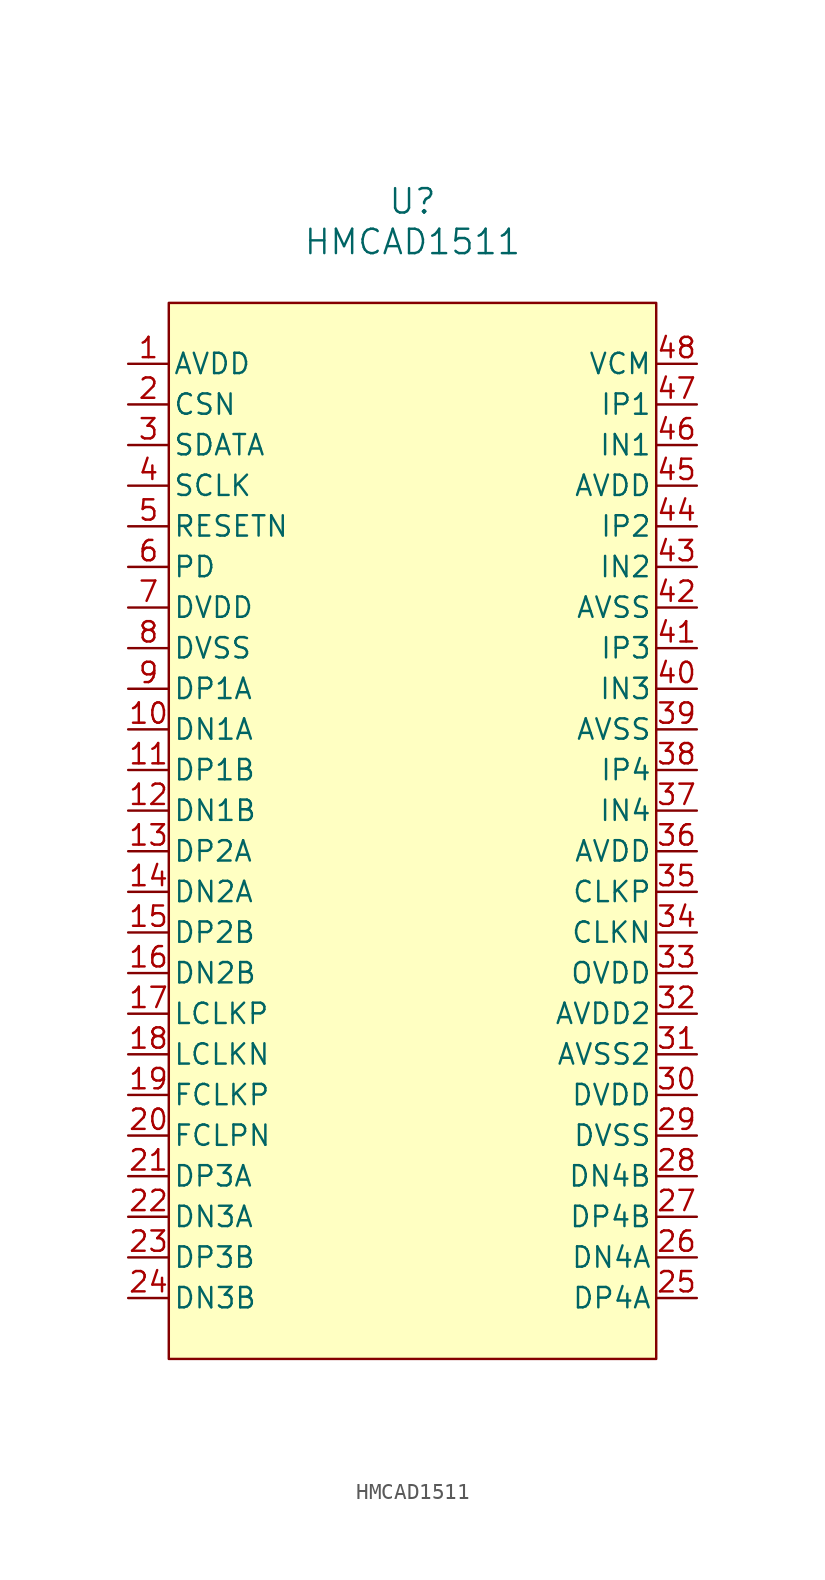
<source format=kicad_sym>
(kicad_symbol_lib
  (version 20220914)
  (generator kicad_symbol_editor)
  (symbol "HMCAD1511"
    (pin_names
      (offset 0.254))
    (property "Reference" "U"
      (at 22.86 10.16 0)
      (effects (font (size 1.524 1.524))))
    (property "Value" "HMCAD1511"
      (at 22.86 7.62 0)
      (effects (font (size 1.524 1.524))))
    (property "ki_locked" ""
      (at 0 0 0)
      (effects (font (size 1.27 1.27))))
    (symbol "HMCAD1511_0_1"
      (pin bidirectional line (at 5.08 -22.86 0) (length 2.54) (name "DN1A" (effects (font (size 1.27 1.27)))) (number "10" (effects (font (size 1.27 1.27)))))
      (pin bidirectional line (at 5.08 -25.4 0) (length 2.54) (name "DP1B" (effects (font (size 1.27 1.27)))) (number "11" (effects (font (size 1.27 1.27)))))
      (pin bidirectional line (at 5.08 -27.94 0) (length 2.54) (name "DN1B" (effects (font (size 1.27 1.27)))) (number "12" (effects (font (size 1.27 1.27)))))
      (pin bidirectional line (at 5.08 -30.48 0) (length 2.54) (name "DP2A" (effects (font (size 1.27 1.27)))) (number "13" (effects (font (size 1.27 1.27)))))
      (pin bidirectional line (at 5.08 -33.02 0) (length 2.54) (name "DN2A" (effects (font (size 1.27 1.27)))) (number "14" (effects (font (size 1.27 1.27)))))
      (pin bidirectional line (at 5.08 -35.56 0) (length 2.54) (name "DP2B" (effects (font (size 1.27 1.27)))) (number "15" (effects (font (size 1.27 1.27)))))
      (pin bidirectional line (at 5.08 -38.1 0) (length 2.54) (name "DN2B" (effects (font (size 1.27 1.27)))) (number "16" (effects (font (size 1.27 1.27)))))
      (pin unspecified line (at 5.08 -40.64 0) (length 2.54) (name "LCLKP" (effects (font (size 1.27 1.27)))) (number "17" (effects (font (size 1.27 1.27)))))
      (pin unspecified line (at 5.08 -43.18 0) (length 2.54) (name "LCLKN" (effects (font (size 1.27 1.27)))) (number "18" (effects (font (size 1.27 1.27)))))
      (pin unspecified line (at 5.08 -45.72 0) (length 2.54) (name "FCLKP" (effects (font (size 1.27 1.27)))) (number "19" (effects (font (size 1.27 1.27)))))
      (pin unspecified line (at 5.08 -2.54 0) (length 2.54) (name "CSN" (effects (font (size 1.27 1.27)))) (number "2" (effects (font (size 1.27 1.27)))))
      (pin unspecified line (at 5.08 -48.26 0) (length 2.54) (name "FCLPN" (effects (font (size 1.27 1.27)))) (number "20" (effects (font (size 1.27 1.27)))))
      (pin bidirectional line (at 5.08 -50.8 0) (length 2.54) (name "DP3A" (effects (font (size 1.27 1.27)))) (number "21" (effects (font (size 1.27 1.27)))))
      (pin bidirectional line (at 5.08 -53.34 0) (length 2.54) (name "DN3A" (effects (font (size 1.27 1.27)))) (number "22" (effects (font (size 1.27 1.27)))))
      (pin bidirectional line (at 5.08 -55.88 0) (length 2.54) (name "DP3B" (effects (font (size 1.27 1.27)))) (number "23" (effects (font (size 1.27 1.27)))))
      (pin bidirectional line (at 5.08 -58.42 0) (length 2.54) (name "DN3B" (effects (font (size 1.27 1.27)))) (number "24" (effects (font (size 1.27 1.27)))))
      (pin bidirectional line (at 40.64 -58.42 180) (length 2.54) (name "DP4A" (effects (font (size 1.27 1.27)))) (number "25" (effects (font (size 1.27 1.27)))))
      (pin bidirectional line (at 40.64 -55.88 180) (length 2.54) (name "DN4A" (effects (font (size 1.27 1.27)))) (number "26" (effects (font (size 1.27 1.27)))))
      (pin bidirectional line (at 40.64 -53.34 180) (length 2.54) (name "DP4B" (effects (font (size 1.27 1.27)))) (number "27" (effects (font (size 1.27 1.27)))))
      (pin bidirectional line (at 40.64 -50.8 180) (length 2.54) (name "DN4B" (effects (font (size 1.27 1.27)))) (number "28" (effects (font (size 1.27 1.27)))))
      (pin power_out line (at 40.64 -48.26 180) (length 2.54) (name "DVSS" (effects (font (size 1.27 1.27)))) (number "29" (effects (font (size 1.27 1.27)))))
      (pin unspecified line (at 5.08 -5.08 0) (length 2.54) (name "SDATA" (effects (font (size 1.27 1.27)))) (number "3" (effects (font (size 1.27 1.27)))))
      (pin power_in line (at 40.64 -45.72 180) (length 2.54) (name "DVDD" (effects (font (size 1.27 1.27)))) (number "30" (effects (font (size 1.27 1.27)))))
      (pin power_out line (at 40.64 -43.18 180) (length 2.54) (name "AVSS2" (effects (font (size 1.27 1.27)))) (number "31" (effects (font (size 1.27 1.27)))))
      (pin power_in line (at 40.64 -40.64 180) (length 2.54) (name "AVDD2" (effects (font (size 1.27 1.27)))) (number "32" (effects (font (size 1.27 1.27)))))
      (pin power_in line (at 40.64 -38.1 180) (length 2.54) (name "OVDD" (effects (font (size 1.27 1.27)))) (number "33" (effects (font (size 1.27 1.27)))))
      (pin unspecified line (at 40.64 -35.56 180) (length 2.54) (name "CLKN" (effects (font (size 1.27 1.27)))) (number "34" (effects (font (size 1.27 1.27)))))
      (pin unspecified line (at 40.64 -33.02 180) (length 2.54) (name "CLKP" (effects (font (size 1.27 1.27)))) (number "35" (effects (font (size 1.27 1.27)))))
      (pin power_in line (at 40.64 -30.48 180) (length 2.54) (name "AVDD" (effects (font (size 1.27 1.27)))) (number "36" (effects (font (size 1.27 1.27)))))
      (pin input line (at 40.64 -27.94 180) (length 2.54) (name "IN4" (effects (font (size 1.27 1.27)))) (number "37" (effects (font (size 1.27 1.27)))))
      (pin bidirectional line (at 40.64 -25.4 180) (length 2.54) (name "IP4" (effects (font (size 1.27 1.27)))) (number "38" (effects (font (size 1.27 1.27)))))
      (pin power_out line (at 40.64 -22.86 180) (length 2.54) (name "AVSS" (effects (font (size 1.27 1.27)))) (number "39" (effects (font (size 1.27 1.27)))))
      (pin unspecified line (at 5.08 -7.62 0) (length 2.54) (name "SCLK" (effects (font (size 1.27 1.27)))) (number "4" (effects (font (size 1.27 1.27)))))
      (pin input line (at 40.64 -20.32 180) (length 2.54) (name "IN3" (effects (font (size 1.27 1.27)))) (number "40" (effects (font (size 1.27 1.27)))))
      (pin bidirectional line (at 40.64 -17.78 180) (length 2.54) (name "IP3" (effects (font (size 1.27 1.27)))) (number "41" (effects (font (size 1.27 1.27)))))
      (pin power_out line (at 40.64 -15.24 180) (length 2.54) (name "AVSS" (effects (font (size 1.27 1.27)))) (number "42" (effects (font (size 1.27 1.27)))))
      (pin input line (at 40.64 -12.7 180) (length 2.54) (name "IN2" (effects (font (size 1.27 1.27)))) (number "43" (effects (font (size 1.27 1.27)))))
      (pin bidirectional line (at 40.64 -10.16 180) (length 2.54) (name "IP2" (effects (font (size 1.27 1.27)))) (number "44" (effects (font (size 1.27 1.27)))))
      (pin power_in line (at 40.64 -7.62 180) (length 2.54) (name "AVDD" (effects (font (size 1.27 1.27)))) (number "45" (effects (font (size 1.27 1.27)))))
      (pin input line (at 40.64 -5.08 180) (length 2.54) (name "IN1" (effects (font (size 1.27 1.27)))) (number "46" (effects (font (size 1.27 1.27)))))
      (pin bidirectional line (at 40.64 -2.54 180) (length 2.54) (name "IP1" (effects (font (size 1.27 1.27)))) (number "47" (effects (font (size 1.27 1.27)))))
      (pin unspecified line (at 40.64 0 180) (length 2.54) (name "VCM" (effects (font (size 1.27 1.27)))) (number "48" (effects (font (size 1.27 1.27)))))
      (pin unspecified line (at 5.08 -10.16 0) (length 2.54) (name "RESETN" (effects (font (size 1.27 1.27)))) (number "5" (effects (font (size 1.27 1.27)))))
      (pin unspecified line (at 5.08 -12.7 0) (length 2.54) (name "PD" (effects (font (size 1.27 1.27)))) (number "6" (effects (font (size 1.27 1.27)))))
      (pin power_in line (at 5.08 -15.24 0) (length 2.54) (name "DVDD" (effects (font (size 1.27 1.27)))) (number "7" (effects (font (size 1.27 1.27)))))
      (pin power_out line (at 5.08 -17.78 0) (length 2.54) (name "DVSS" (effects (font (size 1.27 1.27)))) (number "8" (effects (font (size 1.27 1.27)))))
      (pin bidirectional line (at 5.08 -20.32 0) (length 2.54) (name "DP1A" (effects (font (size 1.27 1.27)))) (number "9" (effects (font (size 1.27 1.27))))))
    (symbol "HMCAD1511_1_1"
      (rectangle (start 7.62 3.81) (end 38.1 -62.23) (stroke (width 0) (type default)) (fill (type background)))
      (pin power_in line (at 5.08 0 0) (length 2.54) (name "AVDD" (effects (font (size 1.27 1.27)))) (number "1" (effects (font (size 1.27 1.27))))))))
</source>
